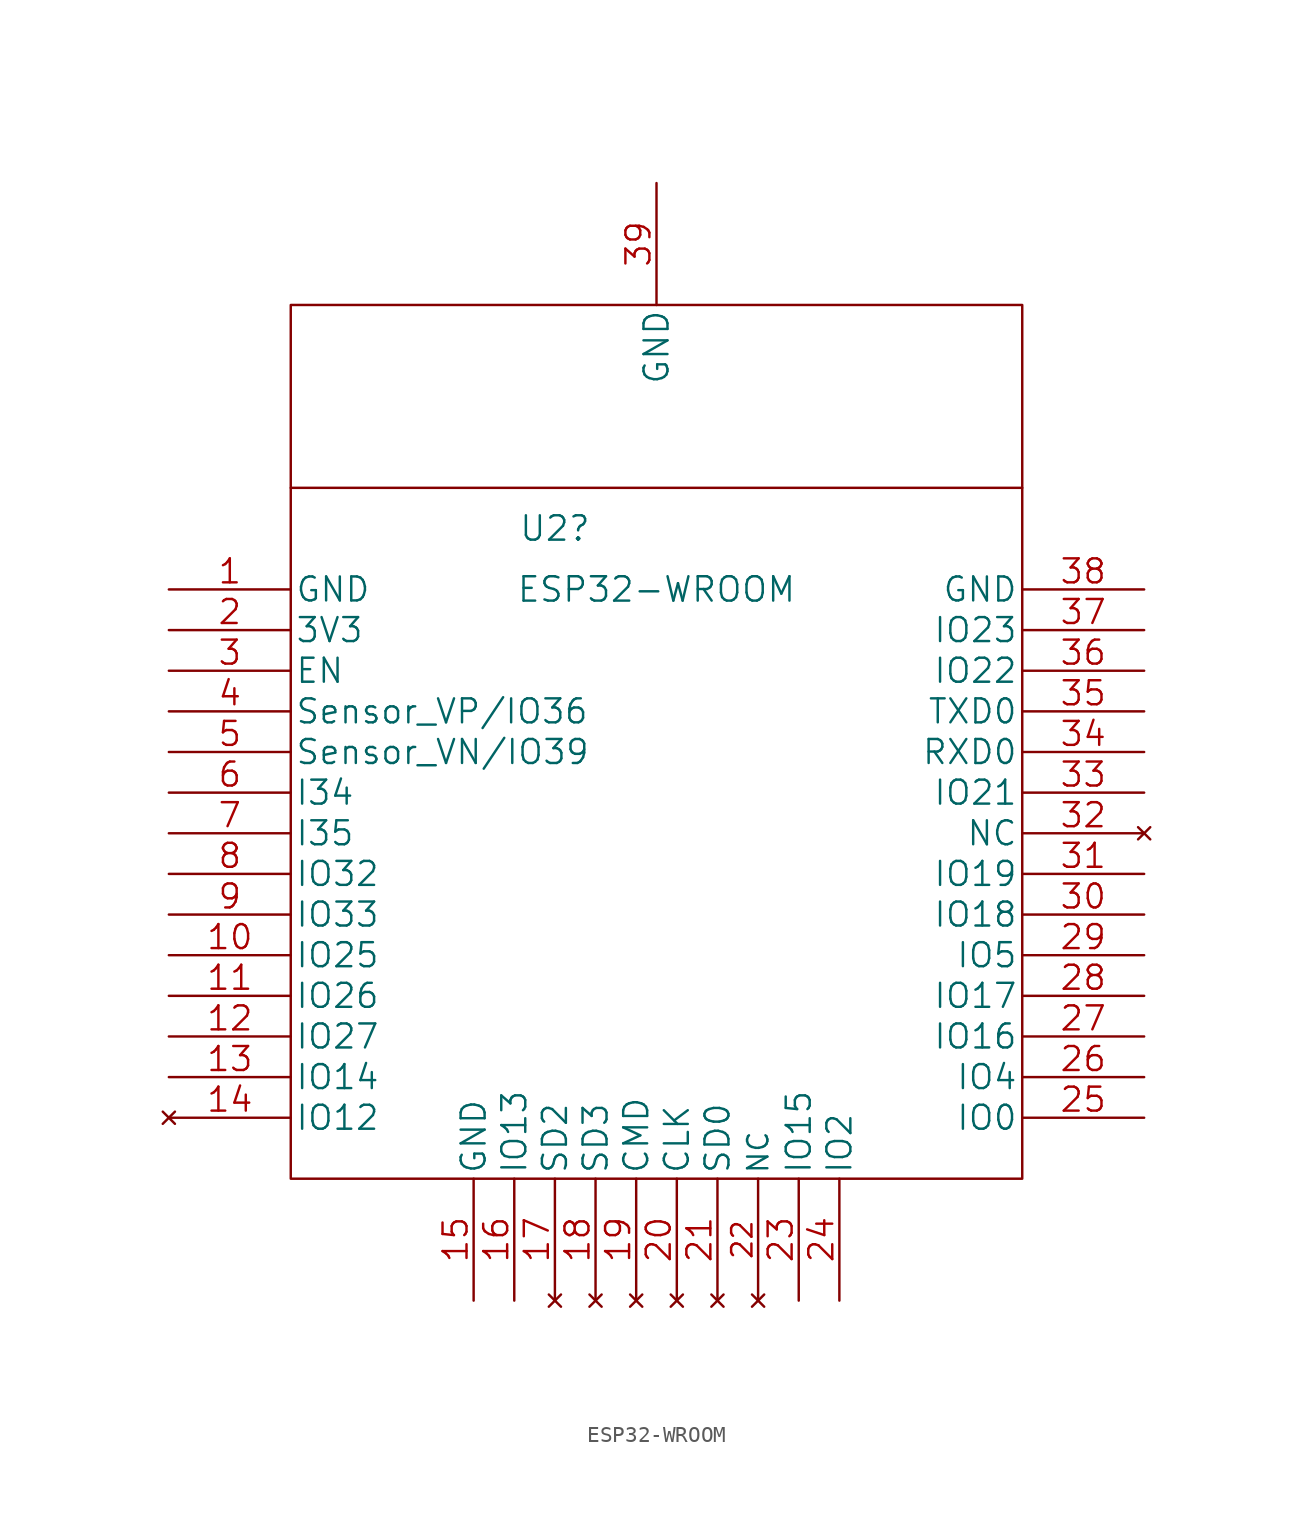
<source format=kicad_sym>
(kicad_symbol_lib
  (version 20211014)
  (generator kicad_symbol_editor)
  (symbol "ESP32-WROOM"
    (pin_names
      (offset 0.254))
    (property "Reference" "U2"
      (at -6.35 19.05 0)
      (effects (font (size 1.524 1.524))))
    (property "Value" "ESP32-WROOM"
      (at 0 15.24 0)
      (effects (font (size 1.524 1.524))))
    (property "Datasheet" ""
      (at -30.48 15.24 0)
      (effects (font (size 1.524 1.524))))
    (symbol "ESP32-WROOM_0_1"
      (polyline (pts (xy -22.86 21.59) (xy -22.86 33.02) (xy 22.86 33.02) (xy 22.86 21.59)) (stroke (width 0) (type default) (color 0 0 0 0)) (fill (type none))))
    (symbol "ESP32-WROOM_1_1"
      (rectangle (start 22.86 21.59) (end -22.86 -21.59) (stroke (width 0) (type default) (color 0 0 0 0)) (fill (type none)))
      (pin power_in line (at -30.48 15.24 0) (length 7.62) (name "GND" (effects (font (size 1.499 1.499)))) (number "1" (effects (font (size 1.499 1.499)))))
      (pin bidirectional line (at -30.48 -7.62 0) (length 7.62) (name "IO25" (effects (font (size 1.499 1.499)))) (number "10" (effects (font (size 1.499 1.499)))))
      (pin bidirectional line (at -30.48 -10.16 0) (length 7.62) (name "IO26" (effects (font (size 1.499 1.499)))) (number "11" (effects (font (size 1.499 1.499)))))
      (pin bidirectional line (at -30.48 -12.7 0) (length 7.62) (name "IO27" (effects (font (size 1.499 1.499)))) (number "12" (effects (font (size 1.499 1.499)))))
      (pin bidirectional line (at -30.48 -15.24 0) (length 7.62) (name "IO14" (effects (font (size 1.499 1.499)))) (number "13" (effects (font (size 1.499 1.499)))))
      (pin no_connect line (at -30.48 -17.78 0) (length 7.62) (name "IO12" (effects (font (size 1.499 1.499)))) (number "14" (effects (font (size 1.499 1.499)))))
      (pin power_in line (at -11.43 -29.21 90) (length 7.62) (name "GND" (effects (font (size 1.499 1.499)))) (number "15" (effects (font (size 1.499 1.499)))))
      (pin bidirectional line (at -8.89 -29.21 90) (length 7.62) (name "IO13" (effects (font (size 1.499 1.499)))) (number "16" (effects (font (size 1.499 1.499)))))
      (pin no_connect line (at -6.35 -29.21 90) (length 7.62) (name "SD2" (effects (font (size 1.499 1.499)))) (number "17" (effects (font (size 1.499 1.499)))))
      (pin no_connect line (at -3.81 -29.21 90) (length 7.62) (name "SD3" (effects (font (size 1.499 1.499)))) (number "18" (effects (font (size 1.499 1.499)))))
      (pin no_connect line (at -1.27 -29.21 90) (length 7.62) (name "CMD" (effects (font (size 1.499 1.499)))) (number "19" (effects (font (size 1.499 1.499)))))
      (pin power_in line (at -30.48 12.7 0) (length 7.62) (name "3V3" (effects (font (size 1.499 1.499)))) (number "2" (effects (font (size 1.499 1.499)))))
      (pin no_connect line (at 1.27 -29.21 90) (length 7.62) (name "CLK" (effects (font (size 1.499 1.499)))) (number "20" (effects (font (size 1.499 1.499)))))
      (pin no_connect line (at 3.81 -29.21 90) (length 7.62) (name "SD0" (effects (font (size 1.499 1.499)))) (number "21" (effects (font (size 1.499 1.499)))))
      (pin no_connect line (at 6.35 -29.21 90) (length 7.62) (name "NC" (effects (font (size 1.27 1.27)))) (number "22" (effects (font (size 1.27 1.27)))))
      (pin bidirectional line (at 8.89 -29.21 90) (length 7.62) (name "IO15" (effects (font (size 1.499 1.499)))) (number "23" (effects (font (size 1.499 1.499)))))
      (pin bidirectional line (at 11.43 -29.21 90) (length 7.62) (name "IO2" (effects (font (size 1.499 1.499)))) (number "24" (effects (font (size 1.499 1.499)))))
      (pin bidirectional line (at 30.48 -17.78 180) (length 7.62) (name "IO0" (effects (font (size 1.499 1.499)))) (number "25" (effects (font (size 1.499 1.499)))))
      (pin bidirectional line (at 30.48 -15.24 180) (length 7.62) (name "IO4" (effects (font (size 1.499 1.499)))) (number "26" (effects (font (size 1.499 1.499)))))
      (pin bidirectional line (at 30.48 -12.7 180) (length 7.62) (name "IO16" (effects (font (size 1.499 1.499)))) (number "27" (effects (font (size 1.499 1.499)))))
      (pin bidirectional line (at 30.48 -10.16 180) (length 7.62) (name "IO17" (effects (font (size 1.499 1.499)))) (number "28" (effects (font (size 1.499 1.499)))))
      (pin bidirectional line (at 30.48 -7.62 180) (length 7.62) (name "IO5" (effects (font (size 1.499 1.499)))) (number "29" (effects (font (size 1.499 1.499)))))
      (pin input line (at -30.48 10.16 0) (length 7.62) (name "EN" (effects (font (size 1.499 1.499)))) (number "3" (effects (font (size 1.499 1.499)))))
      (pin bidirectional line (at 30.48 -5.08 180) (length 7.62) (name "IO18" (effects (font (size 1.499 1.499)))) (number "30" (effects (font (size 1.499 1.499)))))
      (pin bidirectional line (at 30.48 -2.54 180) (length 7.62) (name "IO19" (effects (font (size 1.499 1.499)))) (number "31" (effects (font (size 1.499 1.499)))))
      (pin no_connect line (at 30.48 0 180) (length 7.62) (name "NC" (effects (font (size 1.499 1.499)))) (number "32" (effects (font (size 1.499 1.499)))))
      (pin bidirectional line (at 30.48 2.54 180) (length 7.62) (name "IO21" (effects (font (size 1.499 1.499)))) (number "33" (effects (font (size 1.499 1.499)))))
      (pin input line (at 30.48 5.08 180) (length 7.62) (name "RXD0" (effects (font (size 1.499 1.499)))) (number "34" (effects (font (size 1.499 1.499)))))
      (pin output line (at 30.48 7.62 180) (length 7.62) (name "TXD0" (effects (font (size 1.499 1.499)))) (number "35" (effects (font (size 1.499 1.499)))))
      (pin bidirectional line (at 30.48 10.16 180) (length 7.62) (name "IO22" (effects (font (size 1.499 1.499)))) (number "36" (effects (font (size 1.499 1.499)))))
      (pin bidirectional line (at 30.48 12.7 180) (length 7.62) (name "IO23" (effects (font (size 1.499 1.499)))) (number "37" (effects (font (size 1.499 1.499)))))
      (pin power_in line (at 30.48 15.24 180) (length 7.62) (name "GND" (effects (font (size 1.499 1.499)))) (number "38" (effects (font (size 1.499 1.499)))))
      (pin power_in line (at 0 40.64 270) (length 7.62) (name "GND" (effects (font (size 1.499 1.499)))) (number "39" (effects (font (size 1.499 1.499)))))
      (pin input line (at -30.48 7.62 0) (length 7.62) (name "Sensor_VP/IO36" (effects (font (size 1.499 1.499)))) (number "4" (effects (font (size 1.499 1.499)))))
      (pin input line (at -30.48 5.08 0) (length 7.62) (name "Sensor_VN/IO39" (effects (font (size 1.499 1.499)))) (number "5" (effects (font (size 1.499 1.499)))))
      (pin input line (at -30.48 2.54 0) (length 7.62) (name "I34" (effects (font (size 1.499 1.499)))) (number "6" (effects (font (size 1.499 1.499)))))
      (pin input line (at -30.48 0 0) (length 7.62) (name "I35" (effects (font (size 1.499 1.499)))) (number "7" (effects (font (size 1.499 1.499)))))
      (pin bidirectional line (at -30.48 -2.54 0) (length 7.62) (name "IO32" (effects (font (size 1.499 1.499)))) (number "8" (effects (font (size 1.499 1.499)))))
      (pin bidirectional line (at -30.48 -5.08 0) (length 7.62) (name "IO33" (effects (font (size 1.499 1.499)))) (number "9" (effects (font (size 1.499 1.499))))))))
</source>
